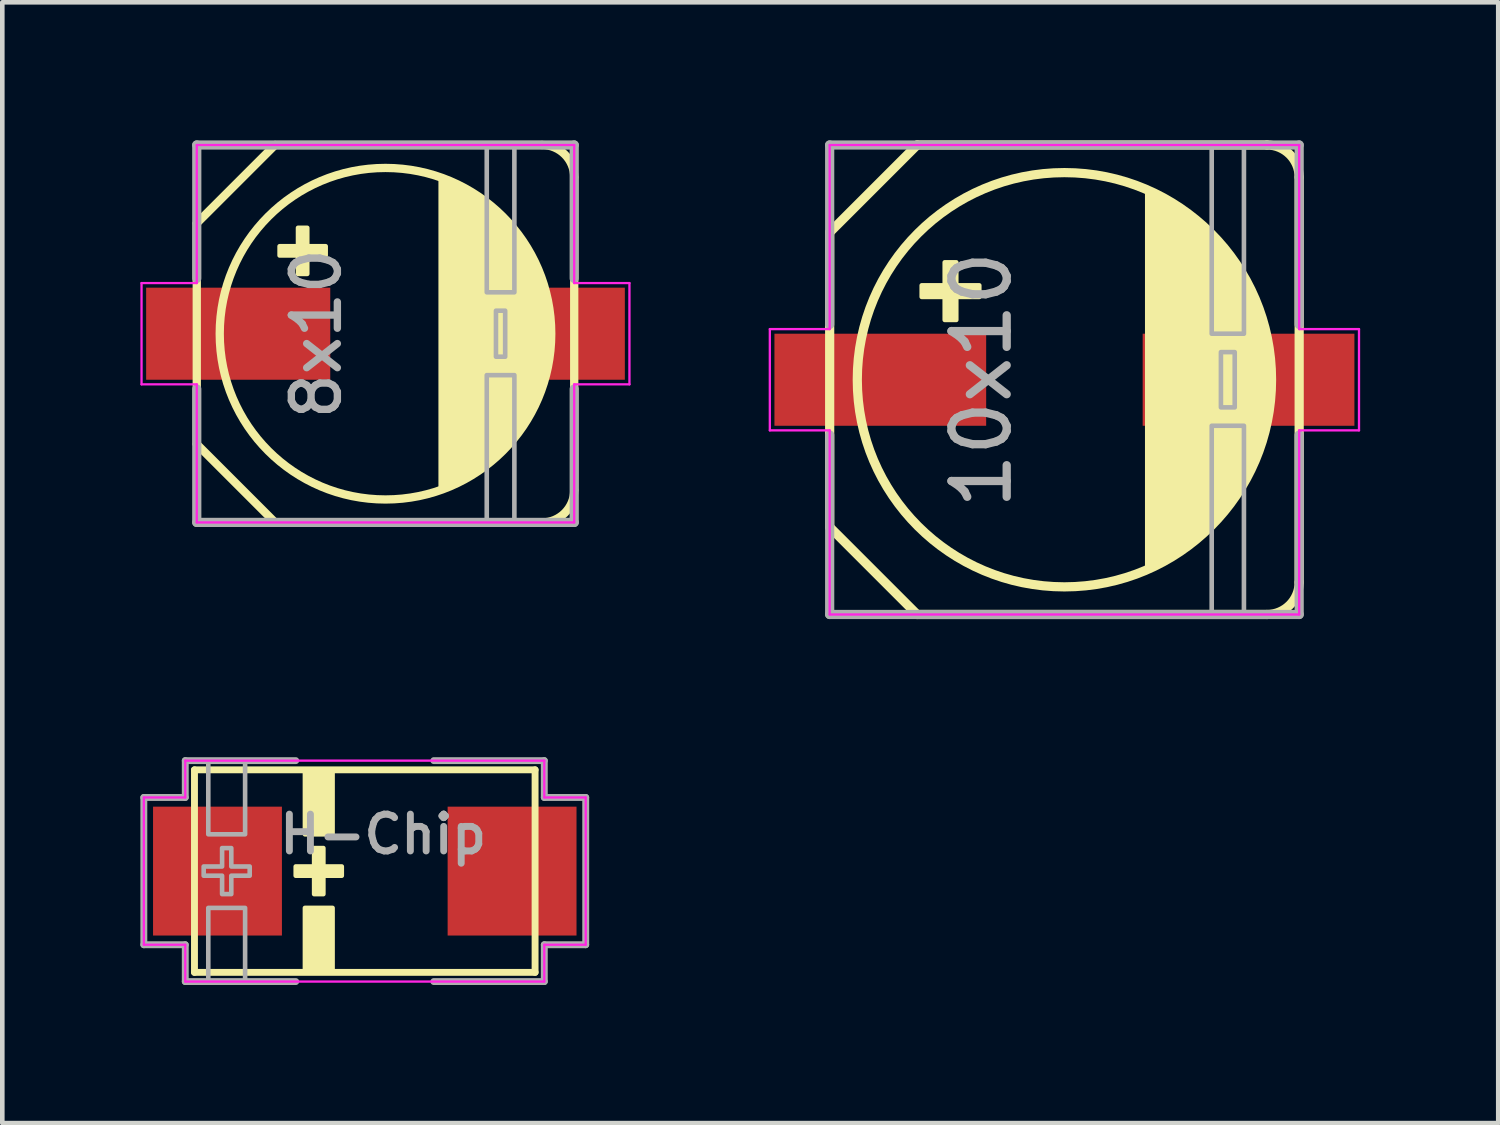
<source format=kicad_pcb>
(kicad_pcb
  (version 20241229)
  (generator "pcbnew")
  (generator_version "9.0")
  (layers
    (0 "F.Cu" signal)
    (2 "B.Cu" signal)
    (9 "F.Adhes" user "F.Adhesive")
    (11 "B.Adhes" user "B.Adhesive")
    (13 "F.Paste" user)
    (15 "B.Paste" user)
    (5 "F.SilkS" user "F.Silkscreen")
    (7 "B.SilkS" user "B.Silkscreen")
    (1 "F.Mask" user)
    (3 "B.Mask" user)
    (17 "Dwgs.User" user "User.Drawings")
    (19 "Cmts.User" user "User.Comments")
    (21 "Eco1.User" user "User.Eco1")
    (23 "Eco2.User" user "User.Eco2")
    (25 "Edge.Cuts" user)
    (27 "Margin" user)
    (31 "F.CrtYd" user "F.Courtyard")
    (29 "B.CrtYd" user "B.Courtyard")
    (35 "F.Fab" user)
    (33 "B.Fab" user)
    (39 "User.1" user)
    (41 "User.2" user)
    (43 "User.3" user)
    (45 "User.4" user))
  (footprint "8x10"
    (layer "F.Cu")
    (at 5.325 4.2)
    (property "Reference" "8x10" (at -1.5 0 90) (layer "F.Fab") (effects (font (size 1 1) (thickness 0.16))))
    (attr smd)
    (fp_line (start -4.1 -2.4) (end -4.1 2.4) (stroke (width 0.18) (type solid)) (layer "F.SilkS"))
    (fp_line (start -2.4 -4.1) (end -4.1 -2.4) (stroke (width 0.18) (type solid)) (layer "F.SilkS"))
    (fp_line (start -2.4 -4.1) (end 3.4 -4.1) (stroke (width 0.18) (type solid)) (layer "F.SilkS"))
    (fp_line (start -2.4 4.1) (end -4.1 2.4) (stroke (width 0.18) (type solid)) (layer "F.SilkS"))
    (fp_line (start 3.4 4.1) (end -2.4 4.1) (stroke (width 0.18) (type solid)) (layer "F.SilkS"))
    (fp_line (start 4.1 -3.4) (end 4.1 3.4) (stroke (width 0.18) (type solid)) (layer "F.SilkS"))
    (fp_arc (start 3.4 -4.1) (mid 3.894975 -3.894975) (end 4.1 -3.4) (stroke (width 0.18) (type solid)) (layer "F.SilkS"))
    (fp_arc (start 4.1 3.4) (mid 3.894975 3.894975) (end 3.4 4.1) (stroke (width 0.18) (type solid)) (layer "F.SilkS"))
    (fp_circle (center 0 0) (end 3.6 -0.1) (stroke (width 0.18) (type solid)) (fill no) (layer "F.SilkS"))
    (fp_poly (pts (xy 2.4 -2.6) (xy 3.2 -1.6) (xy 3.6 -0.2) (xy 3.6 0.2) (xy 3.2 1.6) (xy 2.4 2.6) (xy 1.2 3.4) (xy 1.2 -3.4)) (stroke (width 0.1) (type solid)) (fill yes) (layer "F.SilkS"))
    (fp_poly (pts (xy -1.7 -1.9) (xy -1.3 -1.9) (xy -1.3 -1.7) (xy -1.7 -1.7) (xy -1.7 -1.3) (xy -1.9 -1.3) (xy -1.9 -1.7) (xy -2.3 -1.7) (xy -2.3 -1.9) (xy -1.9 -1.9) (xy -1.9 -2.3) (xy -1.7 -2.3)) (stroke (width 0.1) (type solid)) (fill yes) (layer "F.SilkS"))
    (fp_line (start -5.3 -1.1) (end -4.1 -1.1) (stroke (width 0.05) (type solid)) (layer "F.CrtYd"))
    (fp_line (start -5.3 1.1) (end -5.3 -1.1) (stroke (width 0.05) (type solid)) (layer "F.CrtYd"))
    (fp_line (start -5.3 1.1) (end -4.1 1.1) (stroke (width 0.05) (type solid)) (layer "F.CrtYd"))
    (fp_line (start -4.1 -4.1) (end -4.1 -1.1) (stroke (width 0.05) (type solid)) (layer "F.CrtYd"))
    (fp_line (start -4.1 4.1) (end -4.1 1.1) (stroke (width 0.05) (type solid)) (layer "F.CrtYd"))
    (fp_line (start 4.1 -4.1) (end -4.1 -4.1) (stroke (width 0.05) (type solid)) (layer "F.CrtYd"))
    (fp_line (start 4.1 -4.1) (end 4.1 -1.1) (stroke (width 0.05) (type solid)) (layer "F.CrtYd"))
    (fp_line (start 4.1 -1.1) (end 5.3 -1.1) (stroke (width 0.05) (type solid)) (layer "F.CrtYd"))
    (fp_line (start 4.1 1.1) (end 5.3 1.1) (stroke (width 0.05) (type solid)) (layer "F.CrtYd"))
    (fp_line (start 4.1 4.1) (end -4.1 4.1) (stroke (width 0.05) (type solid)) (layer "F.CrtYd"))
    (fp_line (start 4.1 4.1) (end 4.1 1.1) (stroke (width 0.05) (type solid)) (layer "F.CrtYd"))
    (fp_line (start 5.3 1.1) (end 5.3 -1.1) (stroke (width 0.05) (type solid)) (layer "F.CrtYd"))
    (fp_line (start -4.1 -4.1) (end -4.1 -1.2) (stroke (width 0.2) (type solid)) (layer "F.Fab"))
    (fp_line (start -4.1 -4.1) (end 4.1 -4.1) (stroke (width 0.2) (type solid)) (layer "F.Fab"))
    (fp_line (start -4.1 1.2) (end -4.1 4.1) (stroke (width 0.2) (type solid)) (layer "F.Fab"))
    (fp_line (start -4.1 4.1) (end 4.1 4.1) (stroke (width 0.2) (type solid)) (layer "F.Fab"))
    (fp_line (start 4.1 -4.1) (end 4.1 -1.2) (stroke (width 0.2) (type solid)) (layer "F.Fab"))
    (fp_line (start 4.1 1.2) (end 4.1 4.1) (stroke (width 0.2) (type solid)) (layer "F.Fab"))
    (fp_poly (pts (xy 2.6 -0.5) (xy 2.6 0.5) (xy 2.4 0.5) (xy 2.4 -0.5)) (stroke (width 0.1) (type solid)) (fill no) (layer "F.Fab"))
    (fp_poly (pts (xy 2.8 -0.9) (xy 2.2 -0.9) (xy 2.2 -4.1) (xy 2.8 -4.1)) (stroke (width 0.1) (type solid)) (fill no) (layer "F.Fab"))
    (fp_poly (pts (xy 2.8 4.1) (xy 2.2 4.1) (xy 2.2 0.9) (xy 2.8 0.9)) (stroke (width 0.1) (type solid)) (fill no) (layer "F.Fab"))
    (pad "1" smd rect (at -3.2 0 180) (size 4 2) (layers "F.Cu" "F.Mask" "F.Paste"))
    (pad "2" smd rect (at 3.2 0 180) (size 4 2) (layers "F.Cu" "F.Mask" "F.Paste")))
  (footprint "H-Chip"
    (layer "F.Cu")
    (at 4.875 15.875)
    (property "Reference" "H-Chip" (at 0.4 -0.8 0) (layer "F.Fab") (effects (font (size 0.8 0.8) (thickness 0.15))))
    (attr smd)
    (fp_line (start -3.7 -2.2) (end -3.7 2.2) (stroke (width 0.15) (type solid)) (layer "F.SilkS"))
    (fp_line (start 3.7 -2.2) (end -3.7 -2.2) (stroke (width 0.15) (type solid)) (layer "F.SilkS"))
    (fp_line (start 3.7 -2.2) (end 3.7 2.2) (stroke (width 0.15) (type solid)) (layer "F.SilkS"))
    (fp_line (start 3.7 2.2) (end -3.7 2.2) (stroke (width 0.15) (type solid)) (layer "F.SilkS"))
    (fp_poly (pts (xy -0.7 -0.8) (xy -1.3 -0.8) (xy -1.3 -2.2) (xy -0.7 -2.2)) (stroke (width 0.1) (type solid)) (fill yes) (layer "F.SilkS"))
    (fp_poly (pts (xy -0.7 2.2) (xy -1.3 2.2) (xy -1.3 0.8) (xy -0.7 0.8)) (stroke (width 0.1) (type solid)) (fill yes) (layer "F.SilkS"))
    (fp_poly (pts (xy -0.9 -0.1) (xy -0.5 -0.1) (xy -0.5 0.1) (xy -0.9 0.1) (xy -0.9 0.5) (xy -1.1 0.5) (xy -1.1 0.1) (xy -1.5 0.1) (xy -1.5 -0.1) (xy -1.1 -0.1) (xy -1.1 -0.5) (xy -0.9 -0.5)) (stroke (width 0.1) (type solid)) (fill yes) (layer "F.SilkS"))
    (fp_line (start -4.8 -1.6) (end -3.9 -1.6) (stroke (width 0.05) (type solid)) (layer "F.CrtYd"))
    (fp_line (start -4.8 1.6) (end -4.8 -1.6) (stroke (width 0.05) (type solid)) (layer "F.CrtYd"))
    (fp_line (start -4.8 1.6) (end -3.9 1.6) (stroke (width 0.05) (type solid)) (layer "F.CrtYd"))
    (fp_line (start -3.9 -2.4) (end -3.9 -1.6) (stroke (width 0.05) (type solid)) (layer "F.CrtYd"))
    (fp_line (start -3.9 1.6) (end -3.9 2.4) (stroke (width 0.05) (type solid)) (layer "F.CrtYd"))
    (fp_line (start 3.9 -2.4) (end -3.9 -2.4) (stroke (width 0.05) (type solid)) (layer "F.CrtYd"))
    (fp_line (start 3.9 -2.4) (end 3.9 -1.6) (stroke (width 0.05) (type solid)) (layer "F.CrtYd"))
    (fp_line (start 3.9 1.6) (end 3.9 2.4) (stroke (width 0.05) (type solid)) (layer "F.CrtYd"))
    (fp_line (start 3.9 1.6) (end 4.8 1.6) (stroke (width 0.05) (type solid)) (layer "F.CrtYd"))
    (fp_line (start 3.9 2.4) (end -3.9 2.4) (stroke (width 0.05) (type solid)) (layer "F.CrtYd"))
    (fp_line (start 4.8 -1.6) (end 3.9 -1.6) (stroke (width 0.05) (type solid)) (layer "F.CrtYd"))
    (fp_line (start 4.8 1.6) (end 4.8 -1.6) (stroke (width 0.05) (type solid)) (layer "F.CrtYd"))
    (fp_line (start -4.8 -1.6) (end -4.8 1.6) (stroke (width 0.15) (type solid)) (layer "F.Fab"))
    (fp_line (start -3.9 -2.4) (end -1.5 -2.4) (stroke (width 0.15) (type solid)) (layer "F.Fab"))
    (fp_line (start -3.9 -1.6) (end -4.8 -1.6) (stroke (width 0.15) (type solid)) (layer "F.Fab"))
    (fp_line (start -3.9 -1.6) (end -3.9 -2.4) (stroke (width 0.15) (type solid)) (layer "F.Fab"))
    (fp_line (start -3.9 1.6) (end -4.8 1.6) (stroke (width 0.15) (type solid)) (layer "F.Fab"))
    (fp_line (start -3.9 2.4) (end -3.9 1.6) (stroke (width 0.15) (type solid)) (layer "F.Fab"))
    (fp_line (start -3.9 2.4) (end -1.5 2.4) (stroke (width 0.15) (type solid)) (layer "F.Fab"))
    (fp_line (start 1.5 -2.4) (end 3.9 -2.4) (stroke (width 0.15) (type solid)) (layer "F.Fab"))
    (fp_line (start 1.5 2.4) (end 3.9 2.4) (stroke (width 0.15) (type solid)) (layer "F.Fab"))
    (fp_line (start 3.9 -1.6) (end 3.9 -2.4) (stroke (width 0.15) (type solid)) (layer "F.Fab"))
    (fp_line (start 3.9 2.4) (end 3.9 1.6) (stroke (width 0.15) (type solid)) (layer "F.Fab"))
    (fp_line (start 4.8 -1.6) (end 3.9 -1.6) (stroke (width 0.15) (type solid)) (layer "F.Fab"))
    (fp_line (start 4.8 -1.6) (end 4.8 1.6) (stroke (width 0.15) (type solid)) (layer "F.Fab"))
    (fp_line (start 4.8 1.6) (end 3.9 1.6) (stroke (width 0.15) (type solid)) (layer "F.Fab"))
    (fp_poly (pts (xy -2.6 -0.8) (xy -3.4 -0.8) (xy -3.4 -2.4) (xy -2.6 -2.4)) (stroke (width 0.1) (type solid)) (fill no) (layer "F.Fab"))
    (fp_poly (pts (xy -2.6 2.4) (xy -3.4 2.4) (xy -3.4 0.8) (xy -2.6 0.8)) (stroke (width 0.1) (type solid)) (fill no) (layer "F.Fab"))
    (fp_poly (pts (xy -2.9 -0.1) (xy -2.5 -0.1) (xy -2.5 0.1) (xy -2.9 0.1) (xy -2.9 0.5) (xy -3.1 0.5) (xy -3.1 0.1) (xy -3.5 0.1) (xy -3.5 -0.1) (xy -3.1 -0.1) (xy -3.1 -0.5) (xy -2.9 -0.5)) (stroke (width 0.1) (type solid)) (fill no) (layer "F.Fab"))
    (pad "1" smd rect (at -3.2 0 180) (size 2.8 2.8) (layers "F.Cu" "F.Mask" "F.Paste"))
    (pad "2" smd rect (at 3.2 0 180) (size 2.8 2.8) (layers "F.Cu" "F.Mask" "F.Paste")))
  (footprint "10x10"
    (layer "F.Cu")
    (at 20.075 5.2)
    (property "Reference" "10x10" (at -1.8 0 90) (layer "F.Fab") (effects (font (size 1.2 1.2) (thickness 0.18))))
    (attr smd)
    (fp_line (start -5.1 -3.2) (end -5.1 3.2) (stroke (width 0.2) (type solid)) (layer "F.SilkS"))
    (fp_line (start -3.2 -5.1) (end -5.1 -3.2) (stroke (width 0.2) (type solid)) (layer "F.SilkS"))
    (fp_line (start -3.2 5.1) (end -5.1 3.2) (stroke (width 0.2) (type solid)) (layer "F.SilkS"))
    (fp_line (start 4.4 -5.1) (end -3.2 -5.1) (stroke (width 0.2) (type solid)) (layer "F.SilkS"))
    (fp_line (start 4.4 5.1) (end -3.2 5.1) (stroke (width 0.2) (type solid)) (layer "F.SilkS"))
    (fp_line (start 5.1 -4.4) (end 5.1 4.4) (stroke (width 0.2) (type solid)) (layer "F.SilkS"))
    (fp_arc (start 4.4 -5.1) (mid 4.894975 -4.894975) (end 5.1 -4.4) (stroke (width 0.2) (type solid)) (layer "F.SilkS"))
    (fp_arc (start 5.1 4.4) (mid 4.894975 4.894975) (end 4.4 5.1) (stroke (width 0.2) (type solid)) (layer "F.SilkS"))
    (fp_circle (center 0 0) (end 4.5 0) (stroke (width 0.2) (type solid)) (fill no) (layer "F.SilkS"))
    (fp_poly (pts (xy 2.6 -3.6) (xy 3.8 -2.4) (xy 4.4 -1) (xy 4.4 1) (xy 3.8 2.4) (xy 2.6 3.6) (xy 1.8 4.1) (xy 1.8 -4.1)) (stroke (width 0.1) (type solid)) (fill yes) (layer "F.SilkS"))
    (fp_poly (pts (xy -2.35 -2.05) (xy -1.85 -2.05) (xy -1.85 -1.8) (xy -2.35 -1.8) (xy -2.35 -1.3) (xy -2.6 -1.3) (xy -2.6 -1.8) (xy -3.1 -1.8) (xy -3.1 -2.05) (xy -2.6 -2.05) (xy -2.6 -2.55) (xy -2.35 -2.55)) (stroke (width 0.1) (type solid)) (fill yes) (layer "F.SilkS"))
    (fp_line (start -6.4 -1.1) (end -5.1 -1.1) (stroke (width 0.05) (type solid)) (layer "F.CrtYd"))
    (fp_line (start -6.4 1.1) (end -6.4 -1.1) (stroke (width 0.05) (type solid)) (layer "F.CrtYd"))
    (fp_line (start -6.4 1.1) (end -5.1 1.1) (stroke (width 0.05) (type solid)) (layer "F.CrtYd"))
    (fp_line (start -5.1 -1.1) (end -5.1 -5.1) (stroke (width 0.05) (type solid)) (layer "F.CrtYd"))
    (fp_line (start -5.1 1.1) (end -5.1 5.1) (stroke (width 0.05) (type solid)) (layer "F.CrtYd"))
    (fp_line (start 5.1 -5.1) (end -5.1 -5.1) (stroke (width 0.05) (type solid)) (layer "F.CrtYd"))
    (fp_line (start 5.1 -1.1) (end 5.1 -5.1) (stroke (width 0.05) (type solid)) (layer "F.CrtYd"))
    (fp_line (start 5.1 -1.1) (end 6.4 -1.1) (stroke (width 0.05) (type solid)) (layer "F.CrtYd"))
    (fp_line (start 5.1 1.1) (end 6.4 1.1) (stroke (width 0.05) (type solid)) (layer "F.CrtYd"))
    (fp_line (start 5.1 5.1) (end -5.1 5.1) (stroke (width 0.05) (type solid)) (layer "F.CrtYd"))
    (fp_line (start 5.1 5.1) (end 5.1 1.1) (stroke (width 0.05) (type solid)) (layer "F.CrtYd"))
    (fp_line (start 6.4 1.1) (end 6.4 -1.1) (stroke (width 0.05) (type solid)) (layer "F.CrtYd"))
    (fp_line (start -5.1 -5.1) (end -5.1 -1.2) (stroke (width 0.2) (type solid)) (layer "F.Fab"))
    (fp_line (start -5.1 -5.1) (end 5.1 -5.1) (stroke (width 0.2) (type solid)) (layer "F.Fab"))
    (fp_line (start -5.1 1.2) (end -5.1 5.1) (stroke (width 0.2) (type solid)) (layer "F.Fab"))
    (fp_line (start -5.1 5.1) (end 5.1 5.1) (stroke (width 0.2) (type solid)) (layer "F.Fab"))
    (fp_line (start 5.1 -5.1) (end 5.1 -1.2) (stroke (width 0.2) (type solid)) (layer "F.Fab"))
    (fp_line (start 5.1 1.2) (end 5.1 5.1) (stroke (width 0.2) (type solid)) (layer "F.Fab"))
    (fp_poly (pts (xy 3.7 -0.6) (xy 3.7 0.6) (xy 3.4 0.6) (xy 3.4 -0.6)) (stroke (width 0.1) (type solid)) (fill no) (layer "F.Fab"))
    (fp_poly (pts (xy 3.9 -1) (xy 3.2 -1) (xy 3.2 -5.1) (xy 3.9 -5.1)) (stroke (width 0.1) (type solid)) (fill no) (layer "F.Fab"))
    (fp_poly (pts (xy 3.9 5.1) (xy 3.2 5.1) (xy 3.2 1) (xy 3.9 1)) (stroke (width 0.1) (type solid)) (fill no) (layer "F.Fab"))
    (pad "1" smd rect (at -4 0 180) (size 4.6 2) (layers "F.Cu" "F.Mask" "F.Paste"))
    (pad "2" smd rect (at 4 0 180) (size 4.6 2) (layers "F.Cu" "F.Mask" "F.Paste")))
  (gr_rect
    (start -3 -3)
    (end 29.5 21.35)
    (stroke (width 0.1) (type default))
    (fill no)
    (layer "Edge.Cuts")))
</source>
